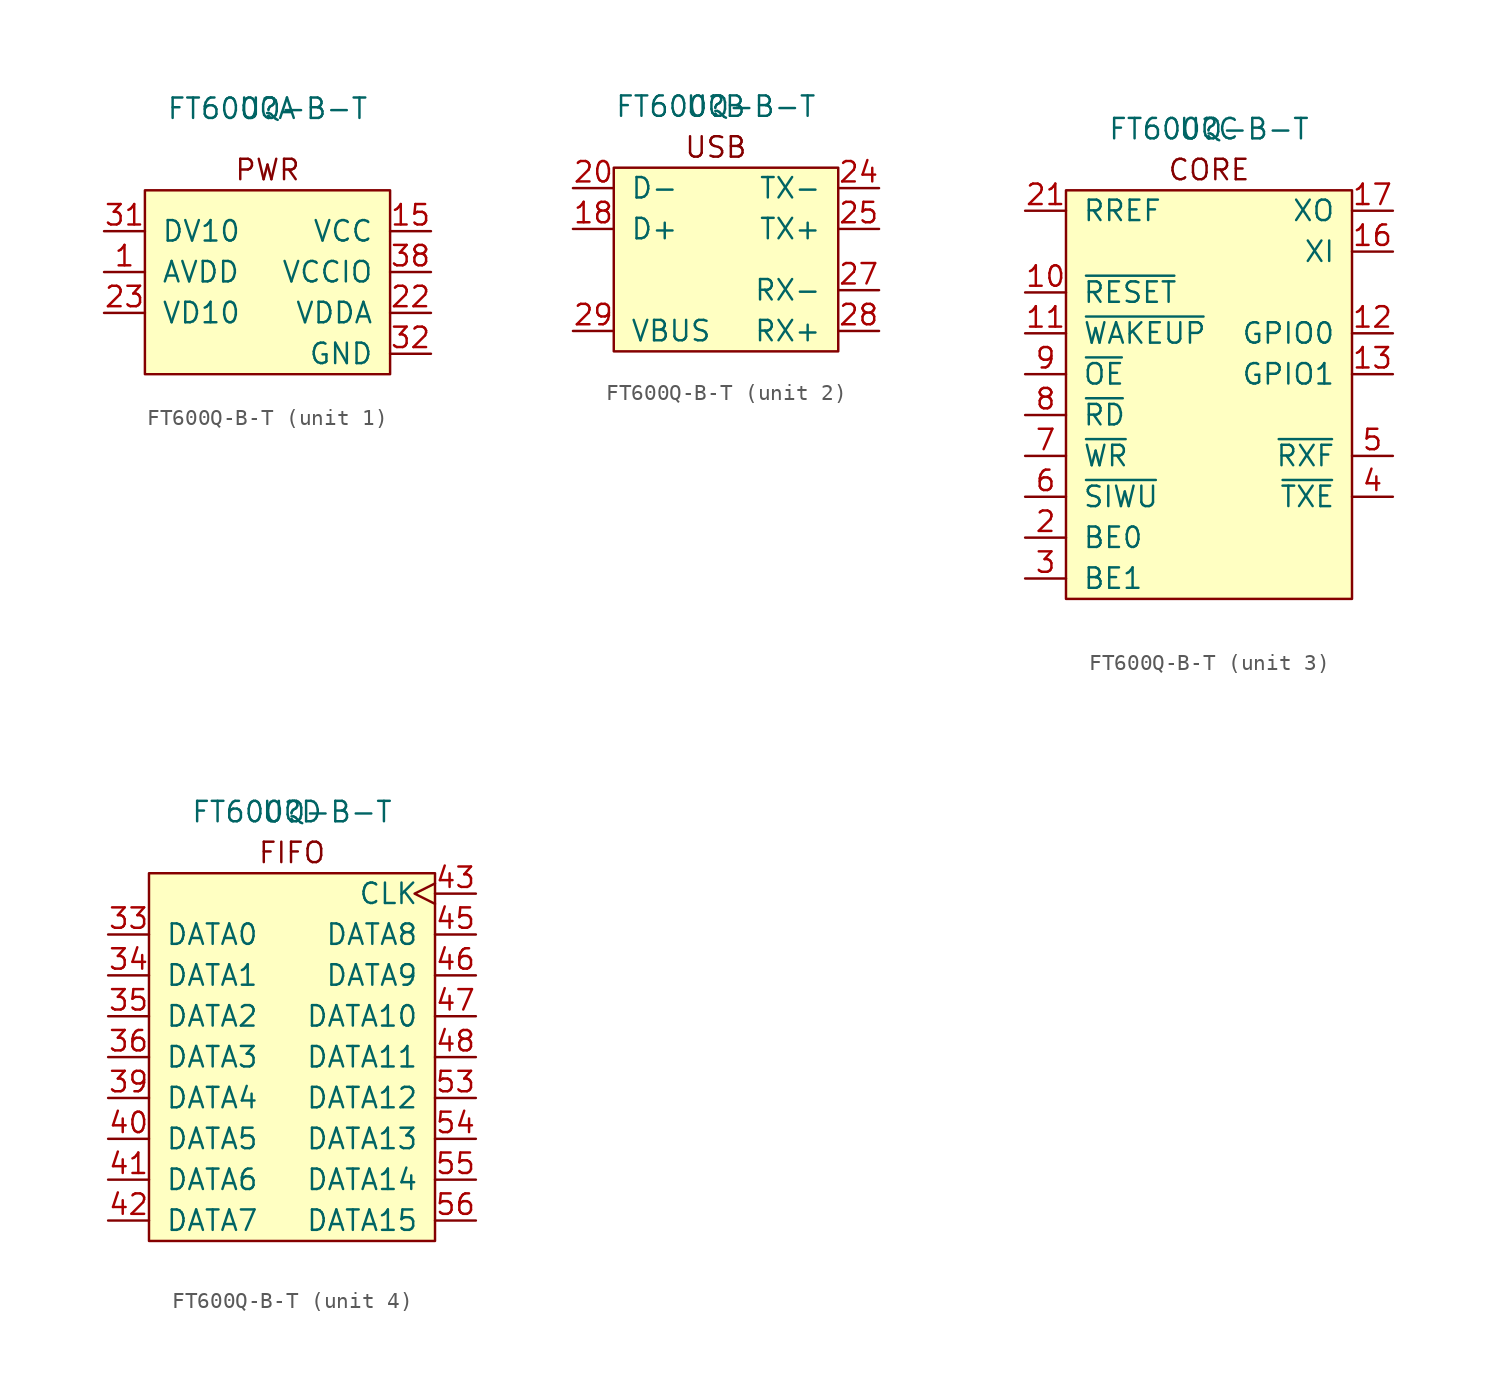
<source format=kicad_sym>
(kicad_symbol_lib
  (version 20220914)
  (generator kicad_symbol_editor)
  (symbol "FT600Q-B-T"
    (pin_names
      (offset 1.016))
    (property "Reference" "U"
      (at 0 5.08 0)
      (effects (font (size 1.27 1.27))))
    (property "Value" "FT600Q-B-T"
      (at 0 5.08 0)
      (effects (font (size 1.27 1.27))))
    (property "ki_locked" ""
      (at 0 0 0)
      (effects (font (size 1.27 1.27))))
    (symbol "FT600Q-B-T_1_0"
      (rectangle (start -7.62 0) (end 7.62 -11.43) (stroke (width 0) (type default)) (fill (type background)))
      (text "PWR" (at 0 1.27 0) (effects (font (size 1.27 1.27)))))
    (symbol "FT600Q-B-T_1_1"
      (pin power_in line (at -10.16 -5.08 0) (length 2.54) (name "AVDD" (effects (font (size 1.27 1.27)))) (number "1" (effects (font (size 1.27 1.27)))))
      (pin power_in line (at 10.16 -2.54 180) (length 2.54) (name "VCC" (effects (font (size 1.27 1.27)))) (number "15" (effects (font (size 1.27 1.27)))))
      (pin passive line (at 10.16 -2.54 180) (length 2.54) hide (name "VCC" (effects (font (size 1.27 1.27)))) (number "19" (effects (font (size 1.27 1.27)))))
      (pin power_in line (at 10.16 -7.62 180) (length 2.54) (name "VDDA" (effects (font (size 1.27 1.27)))) (number "22" (effects (font (size 1.27 1.27)))))
      (pin power_in line (at -10.16 -7.62 0) (length 2.54) (name "VD10" (effects (font (size 1.27 1.27)))) (number "23" (effects (font (size 1.27 1.27)))))
      (pin passive line (at -10.16 -7.62 0) (length 2.54) hide (name "VD10" (effects (font (size 1.27 1.27)))) (number "26" (effects (font (size 1.27 1.27)))))
      (pin passive line (at 10.16 -2.54 180) (length 2.54) hide (name "VCC" (effects (font (size 1.27 1.27)))) (number "30" (effects (font (size 1.27 1.27)))))
      (pin power_out line (at -10.16 -2.54 0) (length 2.54) (name "DV10" (effects (font (size 1.27 1.27)))) (number "31" (effects (font (size 1.27 1.27)))))
      (pin passive line (at 10.16 -10.16 180) (length 2.54) (name "GND" (effects (font (size 1.27 1.27)))) (number "32" (effects (font (size 1.27 1.27)))))
      (pin passive line (at -10.16 -7.62 0) (length 2.54) hide (name "VD10" (effects (font (size 1.27 1.27)))) (number "37" (effects (font (size 1.27 1.27)))))
      (pin power_in line (at 10.16 -5.08 180) (length 2.54) (name "VCCIO" (effects (font (size 1.27 1.27)))) (number "38" (effects (font (size 1.27 1.27)))))
      (pin passive line (at 10.16 -5.08 180) (length 2.54) hide (name "VCCIO" (effects (font (size 1.27 1.27)))) (number "44" (effects (font (size 1.27 1.27)))))
      (pin passive line (at 10.16 -10.16 180) (length 2.54) hide (name "GND" (effects (font (size 1.27 1.27)))) (number "49" (effects (font (size 1.27 1.27)))))
      (pin passive line (at -10.16 -7.62 0) (length 2.54) hide (name "VD10" (effects (font (size 1.27 1.27)))) (number "50" (effects (font (size 1.27 1.27)))))
      (pin passive line (at 10.16 -10.16 180) (length 2.54) hide (name "GND" (effects (font (size 1.27 1.27)))) (number "51" (effects (font (size 1.27 1.27)))))
      (pin passive line (at 10.16 -5.08 180) (length 2.54) hide (name "VCCIO" (effects (font (size 1.27 1.27)))) (number "52" (effects (font (size 1.27 1.27)))))
      (pin passive line (at 10.16 -10.16 180) (length 2.54) hide (name "GND" (effects (font (size 1.27 1.27)))) (number "57" (effects (font (size 1.27 1.27))))))
    (symbol "FT600Q-B-T_2_0"
      (rectangle (start -6.35 1.27) (end 7.62 -10.16) (stroke (width 0) (type default)) (fill (type background)))
      (text "USB" (at 0 2.54 0) (effects (font (size 1.27 1.27)))))
    (symbol "FT600Q-B-T_2_1"
      (pin passive line (at -8.89 -2.54 0) (length 2.54) (name "D+" (effects (font (size 1.27 1.27)))) (number "18" (effects (font (size 1.27 1.27)))))
      (pin passive line (at -8.89 0 0) (length 2.54) (name "D-" (effects (font (size 1.27 1.27)))) (number "20" (effects (font (size 1.27 1.27)))))
      (pin passive line (at 10.16 0 180) (length 2.54) (name "TX-" (effects (font (size 1.27 1.27)))) (number "24" (effects (font (size 1.27 1.27)))))
      (pin passive line (at 10.16 -2.54 180) (length 2.54) (name "TX+" (effects (font (size 1.27 1.27)))) (number "25" (effects (font (size 1.27 1.27)))))
      (pin passive line (at 10.16 -6.35 180) (length 2.54) (name "RX-" (effects (font (size 1.27 1.27)))) (number "27" (effects (font (size 1.27 1.27)))))
      (pin passive line (at 10.16 -8.89 180) (length 2.54) (name "RX+" (effects (font (size 1.27 1.27)))) (number "28" (effects (font (size 1.27 1.27)))))
      (pin input line (at -8.89 -8.89 0) (length 2.54) (name "VBUS" (effects (font (size 1.27 1.27)))) (number "29" (effects (font (size 1.27 1.27))))))
    (symbol "FT600Q-B-T_3_0"
      (rectangle (start -8.89 1.27) (end 8.89 -24.13) (stroke (width 0) (type default)) (fill (type background)))
      (text "CORE" (at 0 2.54 0) (effects (font (size 1.27 1.27)))))
    (symbol "FT600Q-B-T_3_1"
      (pin input line (at -11.43 -5.08 0) (length 2.54) (name "~{RESET}" (effects (font (size 1.27 1.27)))) (number "10" (effects (font (size 1.27 1.27)))))
      (pin bidirectional line (at -11.43 -7.62 0) (length 2.54) (name "~{WAKEUP}" (effects (font (size 1.27 1.27)))) (number "11" (effects (font (size 1.27 1.27)))))
      (pin bidirectional line (at 11.43 -7.62 180) (length 2.54) (name "GPIO0" (effects (font (size 1.27 1.27)))) (number "12" (effects (font (size 1.27 1.27)))))
      (pin bidirectional line (at 11.43 -10.16 180) (length 2.54) (name "GPIO1" (effects (font (size 1.27 1.27)))) (number "13" (effects (font (size 1.27 1.27)))))
      (pin no_connect non_logic (at -11.43 -2.54 0) (length 2.54) hide (name "NC" (effects (font (size 1.27 1.27)))) (number "14" (effects (font (size 1.27 1.27)))))
      (pin passive line (at 11.43 -2.54 180) (length 2.54) (name "XI" (effects (font (size 1.27 1.27)))) (number "16" (effects (font (size 1.27 1.27)))))
      (pin passive line (at 11.43 0 180) (length 2.54) (name "XO" (effects (font (size 1.27 1.27)))) (number "17" (effects (font (size 1.27 1.27)))))
      (pin bidirectional line (at -11.43 -20.32 0) (length 2.54) (name "BE0" (effects (font (size 1.27 1.27)))) (number "2" (effects (font (size 1.27 1.27)))))
      (pin passive line (at -11.43 0 0) (length 2.54) (name "RREF" (effects (font (size 1.27 1.27)))) (number "21" (effects (font (size 1.27 1.27)))))
      (pin bidirectional line (at -11.43 -22.86 0) (length 2.54) (name "BE1" (effects (font (size 1.27 1.27)))) (number "3" (effects (font (size 1.27 1.27)))))
      (pin output line (at 11.43 -17.78 180) (length 2.54) (name "~{TXE}" (effects (font (size 1.27 1.27)))) (number "4" (effects (font (size 1.27 1.27)))))
      (pin output line (at 11.43 -15.24 180) (length 2.54) (name "~{RXF}" (effects (font (size 1.27 1.27)))) (number "5" (effects (font (size 1.27 1.27)))))
      (pin input line (at -11.43 -17.78 0) (length 2.54) (name "~{SIWU}" (effects (font (size 1.27 1.27)))) (number "6" (effects (font (size 1.27 1.27)))))
      (pin input line (at -11.43 -15.24 0) (length 2.54) (name "~{WR}" (effects (font (size 1.27 1.27)))) (number "7" (effects (font (size 1.27 1.27)))))
      (pin input line (at -11.43 -12.7 0) (length 2.54) (name "~{RD}" (effects (font (size 1.27 1.27)))) (number "8" (effects (font (size 1.27 1.27)))))
      (pin input line (at -11.43 -10.16 0) (length 2.54) (name "~{OE}" (effects (font (size 1.27 1.27)))) (number "9" (effects (font (size 1.27 1.27))))))
    (symbol "FT600Q-B-T_4_0"
      (rectangle (start -8.89 1.27) (end 8.89 -21.59) (stroke (width 0) (type default)) (fill (type background)))
      (text "FIFO" (at 0 2.54 0) (effects (font (size 1.27 1.27)))))
    (symbol "FT600Q-B-T_4_1"
      (pin bidirectional line (at -11.43 -2.54 0) (length 2.54) (name "DATA0" (effects (font (size 1.27 1.27)))) (number "33" (effects (font (size 1.27 1.27)))))
      (pin bidirectional line (at -11.43 -5.08 0) (length 2.54) (name "DATA1" (effects (font (size 1.27 1.27)))) (number "34" (effects (font (size 1.27 1.27)))))
      (pin bidirectional line (at -11.43 -7.62 0) (length 2.54) (name "DATA2" (effects (font (size 1.27 1.27)))) (number "35" (effects (font (size 1.27 1.27)))))
      (pin bidirectional line (at -11.43 -10.16 0) (length 2.54) (name "DATA3" (effects (font (size 1.27 1.27)))) (number "36" (effects (font (size 1.27 1.27)))))
      (pin bidirectional line (at -11.43 -12.7 0) (length 2.54) (name "DATA4" (effects (font (size 1.27 1.27)))) (number "39" (effects (font (size 1.27 1.27)))))
      (pin bidirectional line (at -11.43 -15.24 0) (length 2.54) (name "DATA5" (effects (font (size 1.27 1.27)))) (number "40" (effects (font (size 1.27 1.27)))))
      (pin bidirectional line (at -11.43 -17.78 0) (length 2.54) (name "DATA6" (effects (font (size 1.27 1.27)))) (number "41" (effects (font (size 1.27 1.27)))))
      (pin bidirectional line (at -11.43 -20.32 0) (length 2.54) (name "DATA7" (effects (font (size 1.27 1.27)))) (number "42" (effects (font (size 1.27 1.27)))))
      (pin output clock (at 11.43 0 180) (length 2.54) (name "CLK" (effects (font (size 1.27 1.27)))) (number "43" (effects (font (size 1.27 1.27)))))
      (pin bidirectional line (at 11.43 -2.54 180) (length 2.54) (name "DATA8" (effects (font (size 1.27 1.27)))) (number "45" (effects (font (size 1.27 1.27)))))
      (pin bidirectional line (at 11.43 -5.08 180) (length 2.54) (name "DATA9" (effects (font (size 1.27 1.27)))) (number "46" (effects (font (size 1.27 1.27)))))
      (pin bidirectional line (at 11.43 -7.62 180) (length 2.54) (name "DATA10" (effects (font (size 1.27 1.27)))) (number "47" (effects (font (size 1.27 1.27)))))
      (pin bidirectional line (at 11.43 -10.16 180) (length 2.54) (name "DATA11" (effects (font (size 1.27 1.27)))) (number "48" (effects (font (size 1.27 1.27)))))
      (pin bidirectional line (at 11.43 -12.7 180) (length 2.54) (name "DATA12" (effects (font (size 1.27 1.27)))) (number "53" (effects (font (size 1.27 1.27)))))
      (pin bidirectional line (at 11.43 -15.24 180) (length 2.54) (name "DATA13" (effects (font (size 1.27 1.27)))) (number "54" (effects (font (size 1.27 1.27)))))
      (pin bidirectional line (at 11.43 -17.78 180) (length 2.54) (name "DATA14" (effects (font (size 1.27 1.27)))) (number "55" (effects (font (size 1.27 1.27)))))
      (pin bidirectional line (at 11.43 -20.32 180) (length 2.54) (name "DATA15" (effects (font (size 1.27 1.27)))) (number "56" (effects (font (size 1.27 1.27))))))))
</source>
